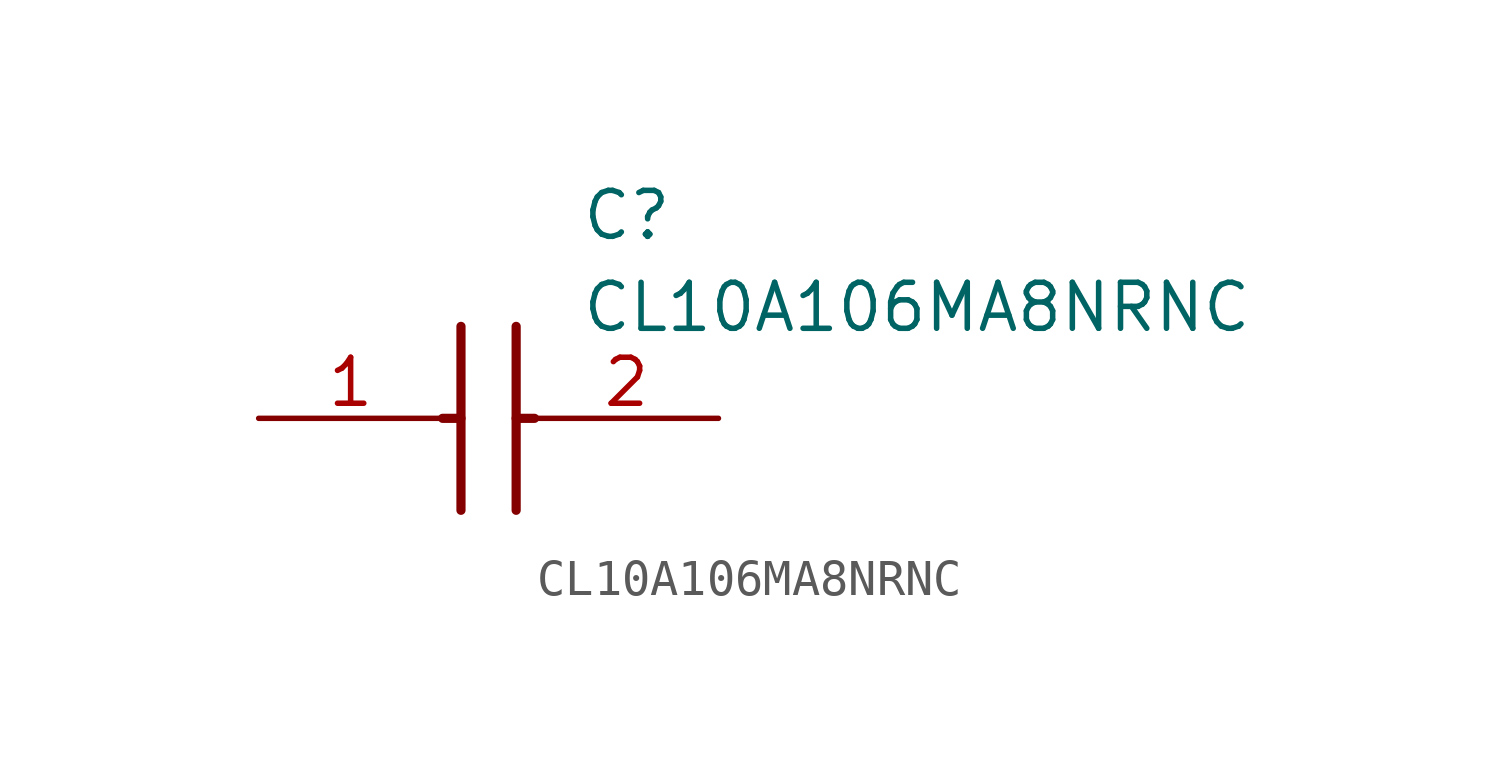
<source format=kicad_sym>
(kicad_symbol_lib
  (version 20211014)
  (generator SamacSys_ECAD_Model)
  (symbol "CL10A106MA8NRNC"
    (pin_names hide)
    (property "Reference" "C"
      (at 8.89 6.35 0)
      (effects (font (size 1.27 1.27)) (justify left top)))
    (property "Value" "CL10A106MA8NRNC"
      (at 8.89 3.81 0)
      (effects (font (size 1.27 1.27)) (justify left top)))
    (polyline
      (pts (xy 5.588 2.54) (xy 5.588 -2.54))
      (stroke (width 0.254) (type default))
      (fill (type none)))
    (polyline
      (pts (xy 7.112 2.54) (xy 7.112 -2.54))
      (stroke (width 0.254) (type default))
      (fill (type none)))
    (polyline
      (pts (xy 5.08 0) (xy 5.588 0))
      (stroke (width 0.254) (type default))
      (fill (type none)))
    (polyline
      (pts (xy 7.112 0) (xy 7.62 0))
      (stroke (width 0.254) (type default))
      (fill (type none)))
    (pin passive line
      (at 0 0 0)
      (length 5.08)
      (name "1" (effects (font (size 1.27 1.27))))
      (number "1" (effects (font (size 1.27 1.27)))))
    (pin passive line
      (at 12.7 0 180)
      (length 5.08)
      (name "2" (effects (font (size 1.27 1.27))))
      (number "2" (effects (font (size 1.27 1.27)))))))
</source>
